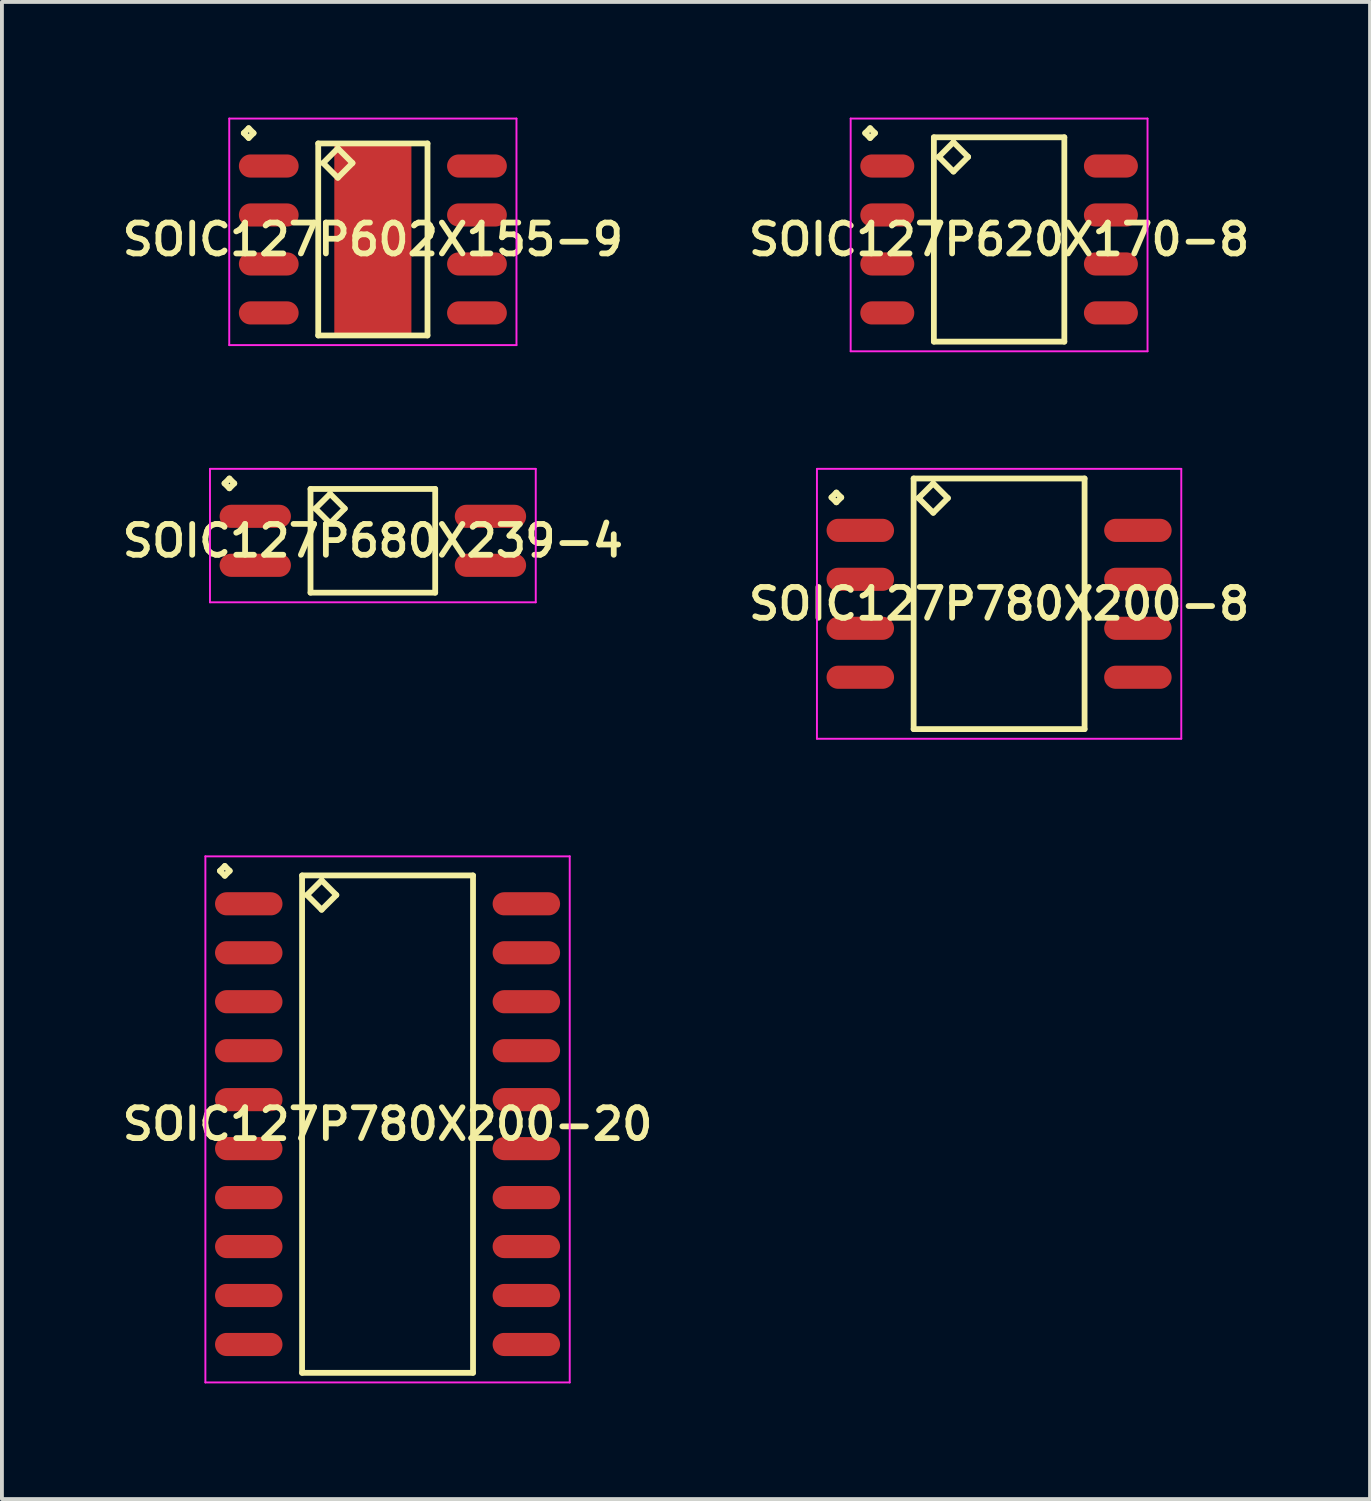
<source format=kicad_pcb>
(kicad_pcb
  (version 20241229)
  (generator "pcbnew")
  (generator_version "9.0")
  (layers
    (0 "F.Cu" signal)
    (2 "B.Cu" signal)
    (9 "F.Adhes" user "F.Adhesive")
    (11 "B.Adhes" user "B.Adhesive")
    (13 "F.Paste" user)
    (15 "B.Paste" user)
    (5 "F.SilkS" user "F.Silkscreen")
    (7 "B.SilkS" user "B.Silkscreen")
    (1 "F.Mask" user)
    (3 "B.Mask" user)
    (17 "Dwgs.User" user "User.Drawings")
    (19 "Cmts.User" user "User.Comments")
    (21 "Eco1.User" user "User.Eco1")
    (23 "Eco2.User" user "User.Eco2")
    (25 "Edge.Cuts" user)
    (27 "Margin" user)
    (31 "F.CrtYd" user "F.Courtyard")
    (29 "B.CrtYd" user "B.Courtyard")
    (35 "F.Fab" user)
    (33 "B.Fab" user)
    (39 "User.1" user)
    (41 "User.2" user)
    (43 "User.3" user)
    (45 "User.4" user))
  (footprint "SOIC127P680X239-4"
    (layer "F.Cu")
    (at 6.621 10.977)
    (property "Reference" "SOIC127P680X239-4" (at 0 0 0) (layer "F.SilkS") (effects (font (size 0.8 0.8) (thickness 0.15))))
    (attr smd)
    (fp_line (start -3.848 -1.489) (end -3.721 -1.616) (stroke (width 0.15) (type solid)) (layer "F.SilkS"))
    (fp_line (start -3.721 -1.616) (end -3.594 -1.489) (stroke (width 0.15) (type solid)) (layer "F.SilkS"))
    (fp_line (start -3.721 -1.362) (end -3.848 -1.489) (stroke (width 0.15) (type solid)) (layer "F.SilkS"))
    (fp_line (start -3.594 -1.489) (end -3.721 -1.362) (stroke (width 0.15) (type solid)) (layer "F.SilkS"))
    (fp_line (start -1.617 -1.345) (end -1.617 1.345) (stroke (width 0.15) (type solid)) (layer "F.SilkS"))
    (fp_line (start -1.617 1.345) (end 1.617 1.345) (stroke (width 0.15) (type solid)) (layer "F.SilkS"))
    (fp_line (start -1.49 -0.837) (end -1.109 -1.218) (stroke (width 0.15) (type solid)) (layer "F.SilkS"))
    (fp_line (start -1.109 -1.218) (end -0.728 -0.837) (stroke (width 0.15) (type solid)) (layer "F.SilkS"))
    (fp_line (start -1.109 -0.456) (end -1.49 -0.837) (stroke (width 0.15) (type solid)) (layer "F.SilkS"))
    (fp_line (start -0.728 -0.837) (end -1.109 -0.456) (stroke (width 0.15) (type solid)) (layer "F.SilkS"))
    (fp_line (start 1.617 -1.345) (end -1.617 -1.345) (stroke (width 0.15) (type solid)) (layer "F.SilkS"))
    (fp_line (start 1.617 1.345) (end 1.617 -1.345) (stroke (width 0.15) (type solid)) (layer "F.SilkS"))
    (fp_line (start -4.225 -1.866) (end 4.225 -1.866) (stroke (width 0.05) (type solid)) (layer "F.CrtYd"))
    (fp_line (start -4.225 1.595) (end -4.225 -1.866) (stroke (width 0.05) (type solid)) (layer "F.CrtYd"))
    (fp_line (start 4.225 -1.866) (end 4.225 1.595) (stroke (width 0.05) (type solid)) (layer "F.CrtYd"))
    (fp_line (start 4.225 1.595) (end -4.225 1.595) (stroke (width 0.05) (type solid)) (layer "F.CrtYd"))
    (pad "1" smd oval (at -3.05 -0.635) (size 1.85 0.6) (layers "F.Cu" "F.Mask" "F.Paste"))
    (pad "2" smd oval (at -3.05 0.635) (size 1.85 0.6) (layers "F.Cu" "F.Mask" "F.Paste"))
    (pad "3" smd oval (at 3.05 0.635) (size 1.85 0.6) (layers "F.Cu" "F.Mask" "F.Paste"))
    (pad "4" smd oval (at 3.05 -0.635) (size 1.85 0.6) (layers "F.Cu" "F.Mask" "F.Paste")))
  (footprint "SOIC127P602X155-9"
    (layer "F.Cu")
    (at 6.621 3.161)
    (property "Reference" "SOIC127P602X155-9" (at 0 0 0) (layer "F.SilkS") (effects (font (size 0.8 0.8) (thickness 0.15))))
    (attr smd)
    (fp_line (start -3.348 -2.759) (end -3.221 -2.886) (stroke (width 0.15) (type solid)) (layer "F.SilkS"))
    (fp_line (start -3.221 -2.886) (end -3.094 -2.759) (stroke (width 0.15) (type solid)) (layer "F.SilkS"))
    (fp_line (start -3.221 -2.632) (end -3.348 -2.759) (stroke (width 0.15) (type solid)) (layer "F.SilkS"))
    (fp_line (start -3.094 -2.759) (end -3.221 -2.632) (stroke (width 0.15) (type solid)) (layer "F.SilkS"))
    (fp_line (start -1.417 -2.49) (end -1.417 2.49) (stroke (width 0.15) (type solid)) (layer "F.SilkS"))
    (fp_line (start -1.417 2.49) (end 1.417 2.49) (stroke (width 0.15) (type solid)) (layer "F.SilkS"))
    (fp_line (start -1.29 -1.982) (end -0.909 -2.363) (stroke (width 0.15) (type solid)) (layer "F.SilkS"))
    (fp_line (start -0.909 -2.363) (end -0.528 -1.982) (stroke (width 0.15) (type solid)) (layer "F.SilkS"))
    (fp_line (start -0.909 -1.601) (end -1.29 -1.982) (stroke (width 0.15) (type solid)) (layer "F.SilkS"))
    (fp_line (start -0.528 -1.982) (end -0.909 -1.601) (stroke (width 0.15) (type solid)) (layer "F.SilkS"))
    (fp_line (start 1.417 -2.49) (end -1.417 -2.49) (stroke (width 0.15) (type solid)) (layer "F.SilkS"))
    (fp_line (start 1.417 2.49) (end 1.417 -2.49) (stroke (width 0.15) (type solid)) (layer "F.SilkS"))
    (fp_line (start -3.725 -3.136) (end 3.725 -3.136) (stroke (width 0.05) (type solid)) (layer "F.CrtYd"))
    (fp_line (start -3.725 2.74) (end -3.725 -3.136) (stroke (width 0.05) (type solid)) (layer "F.CrtYd"))
    (fp_line (start 3.725 -3.136) (end 3.725 2.74) (stroke (width 0.05) (type solid)) (layer "F.CrtYd"))
    (fp_line (start 3.725 2.74) (end -3.725 2.74) (stroke (width 0.05) (type solid)) (layer "F.CrtYd"))
    (pad "1" smd oval (at -2.7 -1.905) (size 1.55 0.6) (layers "F.Cu" "F.Mask" "F.Paste"))
    (pad "2" smd oval (at -2.7 -0.635) (size 1.55 0.6) (layers "F.Cu" "F.Mask" "F.Paste"))
    (pad "3" smd oval (at -2.7 0.635) (size 1.55 0.6) (layers "F.Cu" "F.Mask" "F.Paste"))
    (pad "4" smd oval (at -2.7 1.905) (size 1.55 0.6) (layers "F.Cu" "F.Mask" "F.Paste"))
    (pad "5" smd oval (at 2.7 1.905) (size 1.55 0.6) (layers "F.Cu" "F.Mask" "F.Paste"))
    (pad "6" smd oval (at 2.7 0.635) (size 1.55 0.6) (layers "F.Cu" "F.Mask" "F.Paste"))
    (pad "7" smd oval (at 2.7 -0.635) (size 1.55 0.6) (layers "F.Cu" "F.Mask" "F.Paste"))
    (pad "8" smd oval (at 2.7 -1.905) (size 1.55 0.6) (layers "F.Cu" "F.Mask" "F.Paste"))
    (pad "9" smd rect (at 0 0) (size 2 4.95) (layers "F.Cu" "F.Mask" "F.Paste")))
  (footprint "SOIC127P780X200-20"
    (layer "F.Cu")
    (at 7.002 26.107)
    (property "Reference" "SOIC127P780X200-20" (at 0 0 0) (layer "F.SilkS") (effects (font (size 0.8 0.8) (thickness 0.15))))
    (attr smd)
    (fp_line (start -4.348 -6.569) (end -4.221 -6.696) (stroke (width 0.15) (type solid)) (layer "F.SilkS"))
    (fp_line (start -4.221 -6.696) (end -4.094 -6.569) (stroke (width 0.15) (type solid)) (layer "F.SilkS"))
    (fp_line (start -4.221 -6.442) (end -4.348 -6.569) (stroke (width 0.15) (type solid)) (layer "F.SilkS"))
    (fp_line (start -4.094 -6.569) (end -4.221 -6.442) (stroke (width 0.15) (type solid)) (layer "F.SilkS"))
    (fp_line (start -2.217 -6.45) (end -2.217 6.45) (stroke (width 0.15) (type solid)) (layer "F.SilkS"))
    (fp_line (start -2.217 6.45) (end 2.217 6.45) (stroke (width 0.15) (type solid)) (layer "F.SilkS"))
    (fp_line (start -2.09 -5.942) (end -1.709 -6.323) (stroke (width 0.15) (type solid)) (layer "F.SilkS"))
    (fp_line (start -1.709 -6.323) (end -1.328 -5.942) (stroke (width 0.15) (type solid)) (layer "F.SilkS"))
    (fp_line (start -1.709 -5.561) (end -2.09 -5.942) (stroke (width 0.15) (type solid)) (layer "F.SilkS"))
    (fp_line (start -1.328 -5.942) (end -1.709 -5.561) (stroke (width 0.15) (type solid)) (layer "F.SilkS"))
    (fp_line (start 2.217 -6.45) (end -2.217 -6.45) (stroke (width 0.15) (type solid)) (layer "F.SilkS"))
    (fp_line (start 2.217 6.45) (end 2.217 -6.45) (stroke (width 0.15) (type solid)) (layer "F.SilkS"))
    (fp_line (start -4.725 -6.946) (end 4.725 -6.946) (stroke (width 0.05) (type solid)) (layer "F.CrtYd"))
    (fp_line (start -4.725 6.7) (end -4.725 -6.946) (stroke (width 0.05) (type solid)) (layer "F.CrtYd"))
    (fp_line (start 4.725 -6.946) (end 4.725 6.7) (stroke (width 0.05) (type solid)) (layer "F.CrtYd"))
    (fp_line (start 4.725 6.7) (end -4.725 6.7) (stroke (width 0.05) (type solid)) (layer "F.CrtYd"))
    (pad "1" smd oval (at -3.6 -5.715) (size 1.75 0.6) (layers "F.Cu" "F.Mask" "F.Paste"))
    (pad "2" smd oval (at -3.6 -4.445) (size 1.75 0.6) (layers "F.Cu" "F.Mask" "F.Paste"))
    (pad "3" smd oval (at -3.6 -3.175) (size 1.75 0.6) (layers "F.Cu" "F.Mask" "F.Paste"))
    (pad "4" smd oval (at -3.6 -1.905) (size 1.75 0.6) (layers "F.Cu" "F.Mask" "F.Paste"))
    (pad "5" smd oval (at -3.6 -0.635) (size 1.75 0.6) (layers "F.Cu" "F.Mask" "F.Paste"))
    (pad "6" smd oval (at -3.6 0.635) (size 1.75 0.6) (layers "F.Cu" "F.Mask" "F.Paste"))
    (pad "7" smd oval (at -3.6 1.905) (size 1.75 0.6) (layers "F.Cu" "F.Mask" "F.Paste"))
    (pad "8" smd oval (at -3.6 3.175) (size 1.75 0.6) (layers "F.Cu" "F.Mask" "F.Paste"))
    (pad "9" smd oval (at -3.6 4.445) (size 1.75 0.6) (layers "F.Cu" "F.Mask" "F.Paste"))
    (pad "10" smd oval (at -3.6 5.715) (size 1.75 0.6) (layers "F.Cu" "F.Mask" "F.Paste"))
    (pad "11" smd oval (at 3.6 5.715) (size 1.75 0.6) (layers "F.Cu" "F.Mask" "F.Paste"))
    (pad "12" smd oval (at 3.6 4.445) (size 1.75 0.6) (layers "F.Cu" "F.Mask" "F.Paste"))
    (pad "13" smd oval (at 3.6 3.175) (size 1.75 0.6) (layers "F.Cu" "F.Mask" "F.Paste"))
    (pad "14" smd oval (at 3.6 1.905) (size 1.75 0.6) (layers "F.Cu" "F.Mask" "F.Paste"))
    (pad "15" smd oval (at 3.6 0.635) (size 1.75 0.6) (layers "F.Cu" "F.Mask" "F.Paste"))
    (pad "16" smd oval (at 3.6 -0.635) (size 1.75 0.6) (layers "F.Cu" "F.Mask" "F.Paste"))
    (pad "17" smd oval (at 3.6 -1.905) (size 1.75 0.6) (layers "F.Cu" "F.Mask" "F.Paste"))
    (pad "18" smd oval (at 3.6 -3.175) (size 1.75 0.6) (layers "F.Cu" "F.Mask" "F.Paste"))
    (pad "19" smd oval (at 3.6 -4.445) (size 1.75 0.6) (layers "F.Cu" "F.Mask" "F.Paste"))
    (pad "20" smd oval (at 3.6 -5.715) (size 1.75 0.6) (layers "F.Cu" "F.Mask" "F.Paste")))
  (footprint "SOIC127P780X200-8"
    (layer "F.Cu")
    (at 22.864 12.611)
    (property "Reference" "SOIC127P780X200-8" (at 0 0 0) (layer "F.SilkS") (effects (font (size 0.8 0.8) (thickness 0.15))))
    (attr smd)
    (fp_line (start -4.348 -2.759) (end -4.221 -2.886) (stroke (width 0.15) (type solid)) (layer "F.SilkS"))
    (fp_line (start -4.221 -2.886) (end -4.094 -2.759) (stroke (width 0.15) (type solid)) (layer "F.SilkS"))
    (fp_line (start -4.221 -2.632) (end -4.348 -2.759) (stroke (width 0.15) (type solid)) (layer "F.SilkS"))
    (fp_line (start -4.094 -2.759) (end -4.221 -2.632) (stroke (width 0.15) (type solid)) (layer "F.SilkS"))
    (fp_line (start -2.217 -3.25) (end -2.217 3.25) (stroke (width 0.15) (type solid)) (layer "F.SilkS"))
    (fp_line (start -2.217 3.25) (end 2.217 3.25) (stroke (width 0.15) (type solid)) (layer "F.SilkS"))
    (fp_line (start -2.09 -2.742) (end -1.709 -3.123) (stroke (width 0.15) (type solid)) (layer "F.SilkS"))
    (fp_line (start -1.709 -3.123) (end -1.328 -2.742) (stroke (width 0.15) (type solid)) (layer "F.SilkS"))
    (fp_line (start -1.709 -2.361) (end -2.09 -2.742) (stroke (width 0.15) (type solid)) (layer "F.SilkS"))
    (fp_line (start -1.328 -2.742) (end -1.709 -2.361) (stroke (width 0.15) (type solid)) (layer "F.SilkS"))
    (fp_line (start 2.217 -3.25) (end -2.217 -3.25) (stroke (width 0.15) (type solid)) (layer "F.SilkS"))
    (fp_line (start 2.217 3.25) (end 2.217 -3.25) (stroke (width 0.15) (type solid)) (layer "F.SilkS"))
    (fp_line (start -4.725 -3.5) (end 4.725 -3.5) (stroke (width 0.05) (type solid)) (layer "F.CrtYd"))
    (fp_line (start -4.725 3.5) (end -4.725 -3.5) (stroke (width 0.05) (type solid)) (layer "F.CrtYd"))
    (fp_line (start 4.725 -3.5) (end 4.725 3.5) (stroke (width 0.05) (type solid)) (layer "F.CrtYd"))
    (fp_line (start 4.725 3.5) (end -4.725 3.5) (stroke (width 0.05) (type solid)) (layer "F.CrtYd"))
    (pad "1" smd oval (at -3.6 -1.905) (size 1.75 0.6) (layers "F.Cu" "F.Mask" "F.Paste"))
    (pad "2" smd oval (at -3.6 -0.635) (size 1.75 0.6) (layers "F.Cu" "F.Mask" "F.Paste"))
    (pad "3" smd oval (at -3.6 0.635) (size 1.75 0.6) (layers "F.Cu" "F.Mask" "F.Paste"))
    (pad "4" smd oval (at -3.6 1.905) (size 1.75 0.6) (layers "F.Cu" "F.Mask" "F.Paste"))
    (pad "5" smd oval (at 3.6 1.905) (size 1.75 0.6) (layers "F.Cu" "F.Mask" "F.Paste"))
    (pad "6" smd oval (at 3.6 0.635) (size 1.75 0.6) (layers "F.Cu" "F.Mask" "F.Paste"))
    (pad "7" smd oval (at 3.6 -0.635) (size 1.75 0.6) (layers "F.Cu" "F.Mask" "F.Paste"))
    (pad "8" smd oval (at 3.6 -1.905) (size 1.75 0.6) (layers "F.Cu" "F.Mask" "F.Paste")))
  (footprint "SOIC127P620X170-8"
    (layer "F.Cu")
    (at 22.864 3.161)
    (property "Reference" "SOIC127P620X170-8" (at 0 0 0) (layer "F.SilkS") (effects (font (size 0.8 0.8) (thickness 0.15))))
    (attr smd)
    (fp_line (start -3.473 -2.759) (end -3.346 -2.886) (stroke (width 0.15) (type solid)) (layer "F.SilkS"))
    (fp_line (start -3.346 -2.886) (end -3.219 -2.759) (stroke (width 0.15) (type solid)) (layer "F.SilkS"))
    (fp_line (start -3.346 -2.632) (end -3.473 -2.759) (stroke (width 0.15) (type solid)) (layer "F.SilkS"))
    (fp_line (start -3.219 -2.759) (end -3.346 -2.632) (stroke (width 0.15) (type solid)) (layer "F.SilkS"))
    (fp_line (start -1.692 -2.65) (end -1.692 2.65) (stroke (width 0.15) (type solid)) (layer "F.SilkS"))
    (fp_line (start -1.692 2.65) (end 1.692 2.65) (stroke (width 0.15) (type solid)) (layer "F.SilkS"))
    (fp_line (start -1.565 -2.142) (end -1.184 -2.523) (stroke (width 0.15) (type solid)) (layer "F.SilkS"))
    (fp_line (start -1.184 -2.523) (end -0.803 -2.142) (stroke (width 0.15) (type solid)) (layer "F.SilkS"))
    (fp_line (start -1.184 -1.761) (end -1.565 -2.142) (stroke (width 0.15) (type solid)) (layer "F.SilkS"))
    (fp_line (start -0.803 -2.142) (end -1.184 -1.761) (stroke (width 0.15) (type solid)) (layer "F.SilkS"))
    (fp_line (start 1.692 -2.65) (end -1.692 -2.65) (stroke (width 0.15) (type solid)) (layer "F.SilkS"))
    (fp_line (start 1.692 2.65) (end 1.692 -2.65) (stroke (width 0.15) (type solid)) (layer "F.SilkS"))
    (fp_line (start -3.85 -3.136) (end 3.85 -3.136) (stroke (width 0.05) (type solid)) (layer "F.CrtYd"))
    (fp_line (start -3.85 2.9) (end -3.85 -3.136) (stroke (width 0.05) (type solid)) (layer "F.CrtYd"))
    (fp_line (start 3.85 -3.136) (end 3.85 2.9) (stroke (width 0.05) (type solid)) (layer "F.CrtYd"))
    (fp_line (start 3.85 2.9) (end -3.85 2.9) (stroke (width 0.05) (type solid)) (layer "F.CrtYd"))
    (pad "1" smd oval (at -2.9 -1.905) (size 1.4 0.6) (layers "F.Cu" "F.Mask" "F.Paste"))
    (pad "2" smd oval (at -2.9 -0.635) (size 1.4 0.6) (layers "F.Cu" "F.Mask" "F.Paste"))
    (pad "3" smd oval (at -2.9 0.635) (size 1.4 0.6) (layers "F.Cu" "F.Mask" "F.Paste"))
    (pad "4" smd oval (at -2.9 1.905) (size 1.4 0.6) (layers "F.Cu" "F.Mask" "F.Paste"))
    (pad "5" smd oval (at 2.9 1.905) (size 1.4 0.6) (layers "F.Cu" "F.Mask" "F.Paste"))
    (pad "6" smd oval (at 2.9 0.635) (size 1.4 0.6) (layers "F.Cu" "F.Mask" "F.Paste"))
    (pad "7" smd oval (at 2.9 -0.635) (size 1.4 0.6) (layers "F.Cu" "F.Mask" "F.Paste"))
    (pad "8" smd oval (at 2.9 -1.905) (size 1.4 0.6) (layers "F.Cu" "F.Mask" "F.Paste")))
  (gr_rect
    (start -3 -3)
    (end 32.485 35.832)
    (stroke (width 0.1) (type default))
    (fill no)
    (layer "Edge.Cuts")))
</source>
